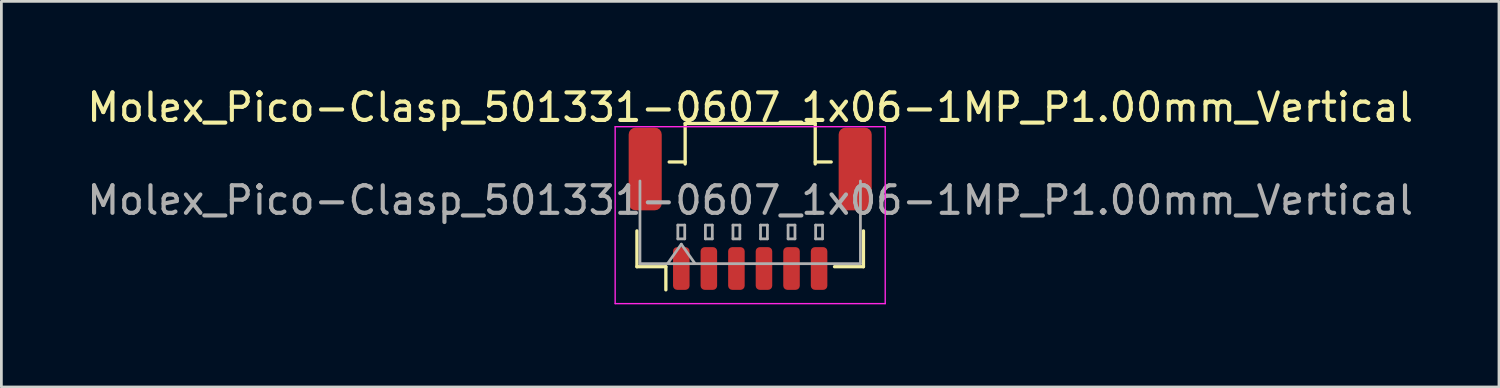
<source format=kicad_pcb>
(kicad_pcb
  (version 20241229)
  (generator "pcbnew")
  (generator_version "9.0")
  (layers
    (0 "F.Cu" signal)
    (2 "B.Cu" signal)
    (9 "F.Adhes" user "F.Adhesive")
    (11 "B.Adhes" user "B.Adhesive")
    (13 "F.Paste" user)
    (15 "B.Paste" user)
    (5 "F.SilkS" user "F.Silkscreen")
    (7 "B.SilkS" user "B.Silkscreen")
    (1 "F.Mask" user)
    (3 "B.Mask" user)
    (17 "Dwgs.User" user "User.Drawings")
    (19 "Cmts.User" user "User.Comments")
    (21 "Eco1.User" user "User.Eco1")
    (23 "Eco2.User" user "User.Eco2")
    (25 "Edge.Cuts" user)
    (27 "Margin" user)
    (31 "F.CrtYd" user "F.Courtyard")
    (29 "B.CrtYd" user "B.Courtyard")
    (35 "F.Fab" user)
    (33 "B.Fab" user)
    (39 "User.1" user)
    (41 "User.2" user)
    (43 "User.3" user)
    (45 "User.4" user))
  (footprint "Molex_Pico-Clasp_501331-0607_1x06-1MP_P1.00mm_Vertical"
    (layer "F.Cu")
    (at 24.173 5.368)
    (property "Reference" "Molex_Pico-Clasp_501331-0607_1x06-1MP_P1.00mm_Vertical" (at 0 -4.52 0) (layer "F.SilkS") (effects (font (size 1 1) (thickness 0.15))))
    (attr smd)
    (fp_line (start -4.11 -0.04) (end -4.11 1.26) (stroke (width 0.12) (type solid)) (layer "F.SilkS"))
    (fp_line (start -4.11 1.26) (end -3.06 1.26) (stroke (width 0.12) (type solid)) (layer "F.SilkS"))
    (fp_line (start -3.06 1.26) (end -3.06 2.1) (stroke (width 0.12) (type solid)) (layer "F.SilkS"))
    (fp_line (start -2.94 -2.54) (end -2.36 -2.54) (stroke (width 0.12) (type solid)) (layer "F.SilkS"))
    (fp_line (start -2.36 -3.938) (end 2.36 -3.938) (stroke (width 0.12) (type solid)) (layer "F.SilkS"))
    (fp_line (start -2.36 -2.468) (end -2.36 -3.938) (stroke (width 0.12) (type solid)) (layer "F.SilkS"))
    (fp_line (start 2.36 -3.938) (end 2.36 -2.468) (stroke (width 0.12) (type solid)) (layer "F.SilkS"))
    (fp_line (start 2.36 -2.54) (end 2.94 -2.54) (stroke (width 0.12) (type solid)) (layer "F.SilkS"))
    (fp_line (start 4.11 -0.04) (end 4.11 1.26) (stroke (width 0.12) (type solid)) (layer "F.SilkS"))
    (fp_line (start 4.11 1.26) (end 3.06 1.26) (stroke (width 0.12) (type solid)) (layer "F.SilkS"))
    (fp_line (start -4.9 -3.82) (end -4.9 2.6) (stroke (width 0.05) (type solid)) (layer "F.CrtYd"))
    (fp_line (start -4.9 2.6) (end 4.9 2.6) (stroke (width 0.05) (type solid)) (layer "F.CrtYd"))
    (fp_line (start 4.9 -3.82) (end -4.9 -3.82) (stroke (width 0.05) (type solid)) (layer "F.CrtYd"))
    (fp_line (start 4.9 2.6) (end 4.9 -3.82) (stroke (width 0.05) (type solid)) (layer "F.CrtYd"))
    (fp_line (start -4 1.15) (end -4 -1.85) (stroke (width 0.1) (type solid)) (layer "F.Fab"))
    (fp_line (start -4 1.15) (end 4 1.15) (stroke (width 0.1) (type solid)) (layer "F.Fab"))
    (fp_line (start -3 1.15) (end -2.5 0.443) (stroke (width 0.1) (type solid)) (layer "F.Fab"))
    (fp_line (start -2.625 -0.25) (end -2.625 0.25) (stroke (width 0.1) (type solid)) (layer "F.Fab"))
    (fp_line (start -2.625 0.25) (end -2.375 0.25) (stroke (width 0.1) (type solid)) (layer "F.Fab"))
    (fp_line (start -2.5 0.443) (end -2 1.15) (stroke (width 0.1) (type solid)) (layer "F.Fab"))
    (fp_line (start -2.375 -0.25) (end -2.625 -0.25) (stroke (width 0.1) (type solid)) (layer "F.Fab"))
    (fp_line (start -2.375 0.25) (end -2.375 -0.25) (stroke (width 0.1) (type solid)) (layer "F.Fab"))
    (fp_line (start -1.625 -0.25) (end -1.625 0.25) (stroke (width 0.1) (type solid)) (layer "F.Fab"))
    (fp_line (start -1.625 0.25) (end -1.375 0.25) (stroke (width 0.1) (type solid)) (layer "F.Fab"))
    (fp_line (start -1.375 -0.25) (end -1.625 -0.25) (stroke (width 0.1) (type solid)) (layer "F.Fab"))
    (fp_line (start -1.375 0.25) (end -1.375 -0.25) (stroke (width 0.1) (type solid)) (layer "F.Fab"))
    (fp_line (start -0.625 -0.25) (end -0.625 0.25) (stroke (width 0.1) (type solid)) (layer "F.Fab"))
    (fp_line (start -0.625 0.25) (end -0.375 0.25) (stroke (width 0.1) (type solid)) (layer "F.Fab"))
    (fp_line (start -0.375 -0.25) (end -0.625 -0.25) (stroke (width 0.1) (type solid)) (layer "F.Fab"))
    (fp_line (start -0.375 0.25) (end -0.375 -0.25) (stroke (width 0.1) (type solid)) (layer "F.Fab"))
    (fp_line (start 0.375 -0.25) (end 0.375 0.25) (stroke (width 0.1) (type solid)) (layer "F.Fab"))
    (fp_line (start 0.375 0.25) (end 0.625 0.25) (stroke (width 0.1) (type solid)) (layer "F.Fab"))
    (fp_line (start 0.625 -0.25) (end 0.375 -0.25) (stroke (width 0.1) (type solid)) (layer "F.Fab"))
    (fp_line (start 0.625 0.25) (end 0.625 -0.25) (stroke (width 0.1) (type solid)) (layer "F.Fab"))
    (fp_line (start 1.375 -0.25) (end 1.375 0.25) (stroke (width 0.1) (type solid)) (layer "F.Fab"))
    (fp_line (start 1.375 0.25) (end 1.625 0.25) (stroke (width 0.1) (type solid)) (layer "F.Fab"))
    (fp_line (start 1.625 -0.25) (end 1.375 -0.25) (stroke (width 0.1) (type solid)) (layer "F.Fab"))
    (fp_line (start 1.625 0.25) (end 1.625 -0.25) (stroke (width 0.1) (type solid)) (layer "F.Fab"))
    (fp_line (start 2.375 -0.25) (end 2.375 0.25) (stroke (width 0.1) (type solid)) (layer "F.Fab"))
    (fp_line (start 2.375 0.25) (end 2.625 0.25) (stroke (width 0.1) (type solid)) (layer "F.Fab"))
    (fp_line (start 2.625 -0.25) (end 2.375 -0.25) (stroke (width 0.1) (type solid)) (layer "F.Fab"))
    (fp_line (start 2.625 0.25) (end 2.625 -0.25) (stroke (width 0.1) (type solid)) (layer "F.Fab"))
    (fp_line (start 4 1.15) (end 4 -1.85) (stroke (width 0.1) (type solid)) (layer "F.Fab"))
    (fp_text user "${REFERENCE}" (at 0 -1.15 0) (layer "F.Fab") (effects (font (size 1 1) (thickness 0.15))))
    (pad "1" smd roundrect (at -2.5 1.325) (size 0.6 1.55) (layers "F.Cu" "F.Mask" "F.Paste") (roundrect_rratio 0.25))
    (pad "2" smd roundrect (at -1.5 1.325) (size 0.6 1.55) (layers "F.Cu" "F.Mask" "F.Paste") (roundrect_rratio 0.25))
    (pad "3" smd roundrect (at -0.5 1.325) (size 0.6 1.55) (layers "F.Cu" "F.Mask" "F.Paste") (roundrect_rratio 0.25))
    (pad "4" smd roundrect (at 0.5 1.325) (size 0.6 1.55) (layers "F.Cu" "F.Mask" "F.Paste") (roundrect_rratio 0.25))
    (pad "5" smd roundrect (at 1.5 1.325) (size 0.6 1.55) (layers "F.Cu" "F.Mask" "F.Paste") (roundrect_rratio 0.25))
    (pad "6" smd roundrect (at -3.81 -2.286) (size 1.2 3) (layers "F.Cu" "F.Mask" "F.Paste") (roundrect_rratio 0.208))
    (pad "6" smd roundrect (at 2.5 1.325) (size 0.6 1.55) (layers "F.Cu" "F.Mask" "F.Paste") (roundrect_rratio 0.25))
    (pad "6" smd roundrect (at 3.81 -2.286) (size 1.2 3) (layers "F.Cu" "F.Mask" "F.Paste") (roundrect_rratio 0.208)))
  (gr_rect
    (start -3 -3)
    (end 51.345 10.993)
    (stroke (width 0.1) (type default))
    (fill no)
    (layer "Edge.Cuts")))
</source>
